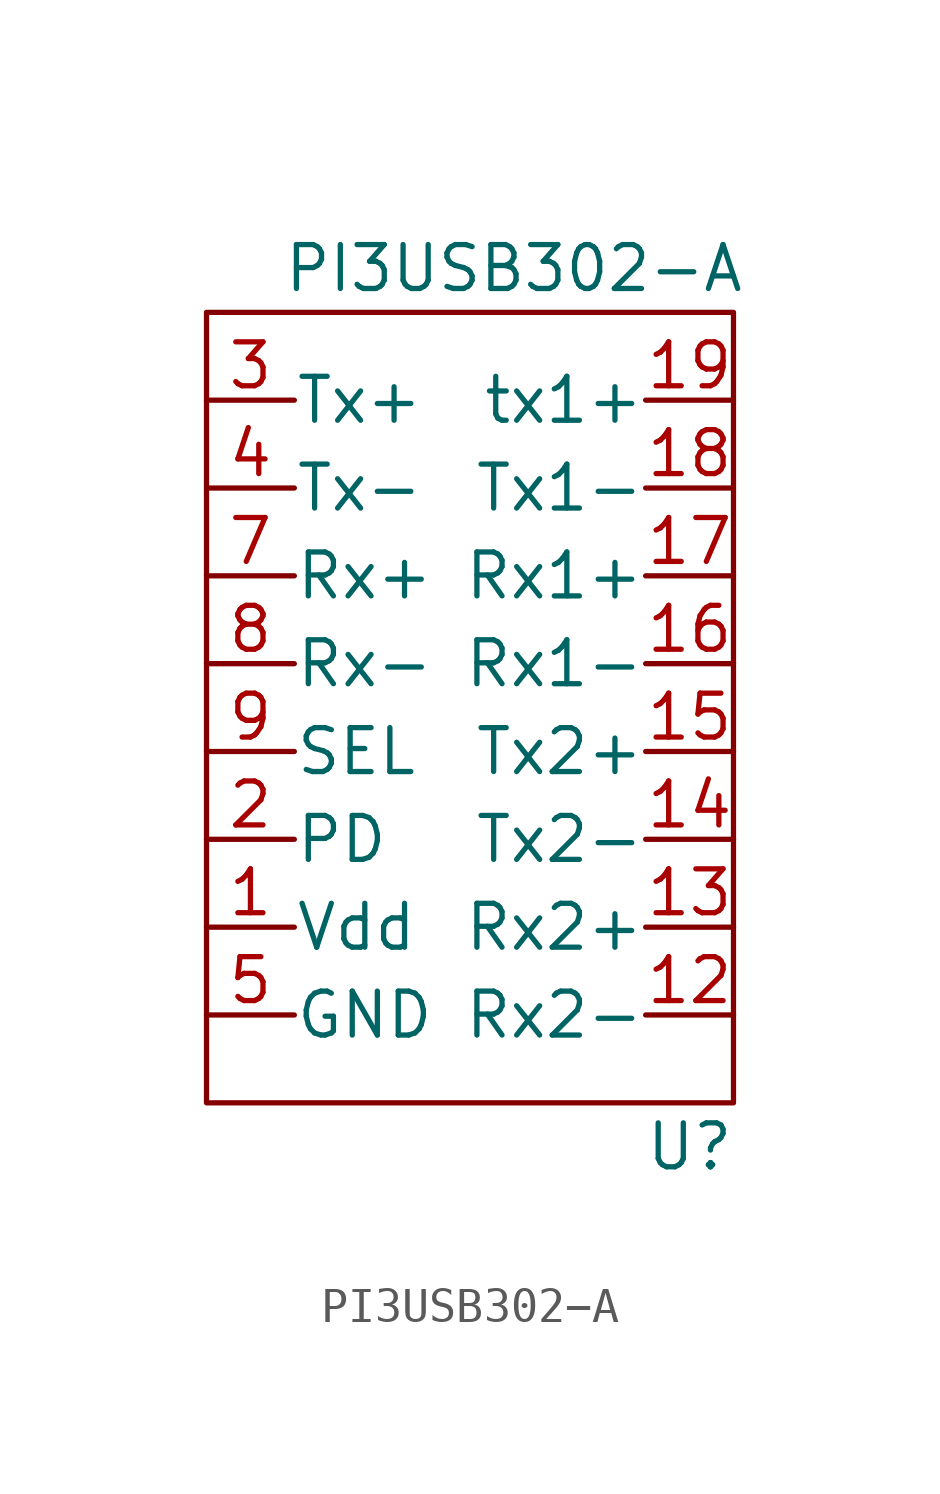
<source format=kicad_sym>
(kicad_symbol_lib
  (version 20211014)
  (generator kicad_symbol_editor)
  (symbol "PI3USB302−A"
    (pin_names
      (offset 0.002))
    (property "Reference" "U"
      (at 6.35 -12.7 0)
      (effects (font (size 1.27 1.27))))
    (property "Value" "PI3USB302−A"
      (at 1.27 12.7 0)
      (effects (font (size 1.27 1.27))))
    (symbol "PI3USB302−A_0_1"
      (rectangle (start -7.62 11.43) (end 7.62 -11.43) (stroke (width 0) (type default) (color 0 0 0 0)) (fill (type none))))
    (symbol "PI3USB302−A_1_1"
      (pin input line (at -7.62 -6.35 0) (length 2.54) (name "Vdd" (effects (font (size 1.27 1.27)))) (number "1" (effects (font (size 1.27 1.27)))))
      (pin input line (at 7.62 -8.89 180) (length 2.54) (name "Rx2-" (effects (font (size 1.27 1.27)))) (number "12" (effects (font (size 1.27 1.27)))))
      (pin input line (at 7.62 -6.35 180) (length 2.54) (name "Rx2+" (effects (font (size 1.27 1.27)))) (number "13" (effects (font (size 1.27 1.27)))))
      (pin input line (at 7.62 -3.81 180) (length 2.54) (name "Tx2-" (effects (font (size 1.27 1.27)))) (number "14" (effects (font (size 1.27 1.27)))))
      (pin input line (at 7.62 -1.27 180) (length 2.54) (name "Tx2+" (effects (font (size 1.27 1.27)))) (number "15" (effects (font (size 1.27 1.27)))))
      (pin input line (at 7.62 1.27 180) (length 2.54) (name "Rx1-" (effects (font (size 1.27 1.27)))) (number "16" (effects (font (size 1.27 1.27)))))
      (pin input line (at 7.62 3.81 180) (length 2.54) (name "Rx1+" (effects (font (size 1.27 1.27)))) (number "17" (effects (font (size 1.27 1.27)))))
      (pin input line (at 7.62 6.35 180) (length 2.54) (name "Tx1-" (effects (font (size 1.27 1.27)))) (number "18" (effects (font (size 1.27 1.27)))))
      (pin input line (at 7.62 8.89 180) (length 2.54) (name "tx1+" (effects (font (size 1.27 1.27)))) (number "19" (effects (font (size 1.27 1.27)))))
      (pin input line (at -7.62 -3.81 0) (length 2.54) (name "PD" (effects (font (size 1.27 1.27)))) (number "2" (effects (font (size 1.27 1.27)))))
      (pin input line (at -7.62 8.89 0) (length 2.54) (name "Tx+" (effects (font (size 1.27 1.27)))) (number "3" (effects (font (size 1.27 1.27)))))
      (pin input line (at -7.62 6.35 0) (length 2.54) (name "Tx-" (effects (font (size 1.27 1.27)))) (number "4" (effects (font (size 1.27 1.27)))))
      (pin input line (at -7.62 -8.89 0) (length 2.54) (name "GND" (effects (font (size 1.27 1.27)))) (number "5" (effects (font (size 1.27 1.27)))))
      (pin input line (at -7.62 3.81 0) (length 2.54) (name "Rx+" (effects (font (size 1.27 1.27)))) (number "7" (effects (font (size 1.27 1.27)))))
      (pin input line (at -7.62 1.27 0) (length 2.54) (name "Rx-" (effects (font (size 1.27 1.27)))) (number "8" (effects (font (size 1.27 1.27)))))
      (pin input line (at -7.62 -1.27 0) (length 2.54) (name "SEL" (effects (font (size 1.27 1.27)))) (number "9" (effects (font (size 1.27 1.27))))))))
</source>
